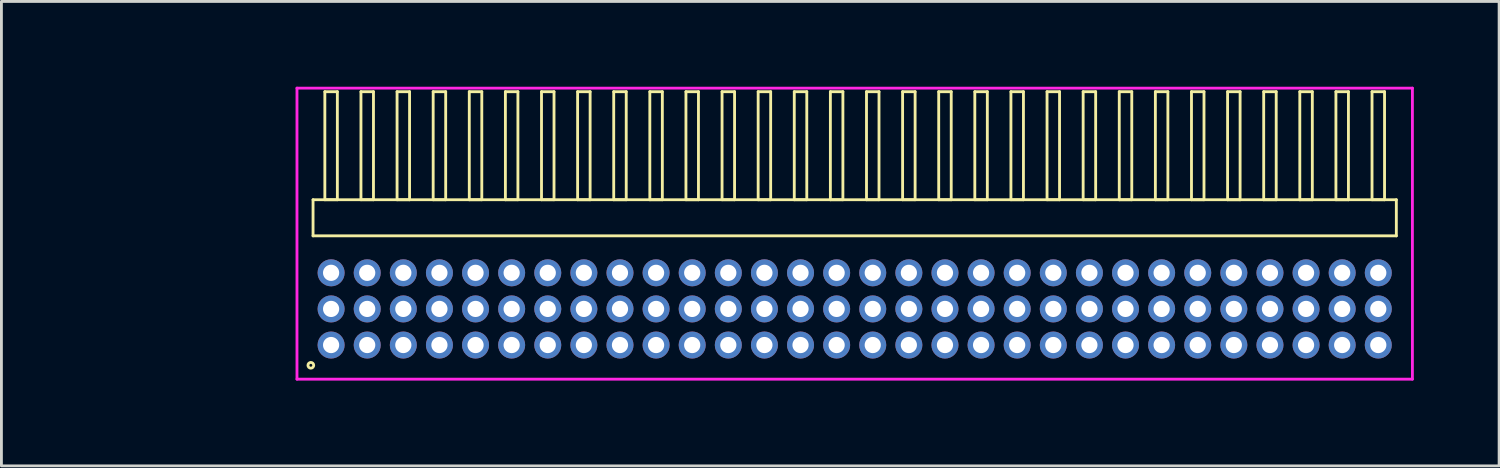
<source format=kicad_pcb>
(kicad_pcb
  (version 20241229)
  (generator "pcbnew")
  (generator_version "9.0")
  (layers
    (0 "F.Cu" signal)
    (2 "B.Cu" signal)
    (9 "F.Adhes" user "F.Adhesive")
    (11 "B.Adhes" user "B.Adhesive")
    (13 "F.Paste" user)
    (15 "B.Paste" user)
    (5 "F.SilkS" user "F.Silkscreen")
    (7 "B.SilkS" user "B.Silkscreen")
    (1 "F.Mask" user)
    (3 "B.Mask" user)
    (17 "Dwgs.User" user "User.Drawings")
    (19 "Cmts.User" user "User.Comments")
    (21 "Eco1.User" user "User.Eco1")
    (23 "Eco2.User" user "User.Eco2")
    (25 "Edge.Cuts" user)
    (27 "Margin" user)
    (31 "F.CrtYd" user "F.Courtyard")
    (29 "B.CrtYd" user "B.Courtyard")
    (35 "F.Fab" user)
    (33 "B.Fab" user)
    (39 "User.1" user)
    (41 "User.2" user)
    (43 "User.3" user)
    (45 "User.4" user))
  (footprint "HDR_RA127P30x3"
    (layer "F.Cu")
    (at 27.01 7.815)
    (property "Reference" "HDR_RA127P30x3" (at -20.365 0 0) (layer "User.1") (effects (font (size 1 1) (thickness 0.1))))
    (attr through_hole)
    (fp_line (start -19.05 -3.84) (end -19.05 -2.57) (stroke (width 0.1) (type solid)) (layer "F.SilkS"))
    (fp_line (start -19.05 -2.57) (end 19.05 -2.57) (stroke (width 0.1) (type solid)) (layer "F.SilkS"))
    (fp_line (start -18.635 -7.64) (end -18.635 -3.84) (stroke (width 0.1) (type solid)) (layer "F.SilkS"))
    (fp_line (start -18.635 -3.84) (end -18.195 -3.84) (stroke (width 0.1) (type solid)) (layer "F.SilkS"))
    (fp_line (start -18.195 -7.64) (end -18.635 -7.64) (stroke (width 0.1) (type solid)) (layer "F.SilkS"))
    (fp_line (start -18.195 -3.84) (end -18.195 -7.64) (stroke (width 0.1) (type solid)) (layer "F.SilkS"))
    (fp_line (start -17.365 -7.64) (end -17.365 -3.84) (stroke (width 0.1) (type solid)) (layer "F.SilkS"))
    (fp_line (start -17.365 -3.84) (end -16.925 -3.84) (stroke (width 0.1) (type solid)) (layer "F.SilkS"))
    (fp_line (start -16.925 -7.64) (end -17.365 -7.64) (stroke (width 0.1) (type solid)) (layer "F.SilkS"))
    (fp_line (start -16.925 -3.84) (end -16.925 -7.64) (stroke (width 0.1) (type solid)) (layer "F.SilkS"))
    (fp_line (start -16.095 -7.64) (end -16.095 -3.84) (stroke (width 0.1) (type solid)) (layer "F.SilkS"))
    (fp_line (start -16.095 -3.84) (end -15.655 -3.84) (stroke (width 0.1) (type solid)) (layer "F.SilkS"))
    (fp_line (start -15.655 -7.64) (end -16.095 -7.64) (stroke (width 0.1) (type solid)) (layer "F.SilkS"))
    (fp_line (start -15.655 -3.84) (end -15.655 -7.64) (stroke (width 0.1) (type solid)) (layer "F.SilkS"))
    (fp_line (start -14.825 -7.64) (end -14.825 -3.84) (stroke (width 0.1) (type solid)) (layer "F.SilkS"))
    (fp_line (start -14.825 -3.84) (end -14.385 -3.84) (stroke (width 0.1) (type solid)) (layer "F.SilkS"))
    (fp_line (start -14.385 -7.64) (end -14.825 -7.64) (stroke (width 0.1) (type solid)) (layer "F.SilkS"))
    (fp_line (start -14.385 -3.84) (end -14.385 -7.64) (stroke (width 0.1) (type solid)) (layer "F.SilkS"))
    (fp_line (start -13.555 -7.64) (end -13.555 -3.84) (stroke (width 0.1) (type solid)) (layer "F.SilkS"))
    (fp_line (start -13.555 -3.84) (end -13.115 -3.84) (stroke (width 0.1) (type solid)) (layer "F.SilkS"))
    (fp_line (start -13.115 -7.64) (end -13.555 -7.64) (stroke (width 0.1) (type solid)) (layer "F.SilkS"))
    (fp_line (start -13.115 -3.84) (end -13.115 -7.64) (stroke (width 0.1) (type solid)) (layer "F.SilkS"))
    (fp_line (start -12.285 -7.64) (end -12.285 -3.84) (stroke (width 0.1) (type solid)) (layer "F.SilkS"))
    (fp_line (start -12.285 -3.84) (end -11.845 -3.84) (stroke (width 0.1) (type solid)) (layer "F.SilkS"))
    (fp_line (start -11.845 -7.64) (end -12.285 -7.64) (stroke (width 0.1) (type solid)) (layer "F.SilkS"))
    (fp_line (start -11.845 -3.84) (end -11.845 -7.64) (stroke (width 0.1) (type solid)) (layer "F.SilkS"))
    (fp_line (start -11.015 -7.64) (end -11.015 -3.84) (stroke (width 0.1) (type solid)) (layer "F.SilkS"))
    (fp_line (start -11.015 -3.84) (end -10.575 -3.84) (stroke (width 0.1) (type solid)) (layer "F.SilkS"))
    (fp_line (start -10.575 -7.64) (end -11.015 -7.64) (stroke (width 0.1) (type solid)) (layer "F.SilkS"))
    (fp_line (start -10.575 -3.84) (end -10.575 -7.64) (stroke (width 0.1) (type solid)) (layer "F.SilkS"))
    (fp_line (start -9.745 -7.64) (end -9.745 -3.84) (stroke (width 0.1) (type solid)) (layer "F.SilkS"))
    (fp_line (start -9.745 -3.84) (end -9.305 -3.84) (stroke (width 0.1) (type solid)) (layer "F.SilkS"))
    (fp_line (start -9.305 -7.64) (end -9.745 -7.64) (stroke (width 0.1) (type solid)) (layer "F.SilkS"))
    (fp_line (start -9.305 -3.84) (end -9.305 -7.64) (stroke (width 0.1) (type solid)) (layer "F.SilkS"))
    (fp_line (start -8.475 -7.64) (end -8.475 -3.84) (stroke (width 0.1) (type solid)) (layer "F.SilkS"))
    (fp_line (start -8.475 -3.84) (end -8.035 -3.84) (stroke (width 0.1) (type solid)) (layer "F.SilkS"))
    (fp_line (start -8.035 -7.64) (end -8.475 -7.64) (stroke (width 0.1) (type solid)) (layer "F.SilkS"))
    (fp_line (start -8.035 -3.84) (end -8.035 -7.64) (stroke (width 0.1) (type solid)) (layer "F.SilkS"))
    (fp_line (start -7.205 -7.64) (end -7.205 -3.84) (stroke (width 0.1) (type solid)) (layer "F.SilkS"))
    (fp_line (start -7.205 -3.84) (end -6.765 -3.84) (stroke (width 0.1) (type solid)) (layer "F.SilkS"))
    (fp_line (start -6.765 -7.64) (end -7.205 -7.64) (stroke (width 0.1) (type solid)) (layer "F.SilkS"))
    (fp_line (start -6.765 -3.84) (end -6.765 -7.64) (stroke (width 0.1) (type solid)) (layer "F.SilkS"))
    (fp_line (start -5.935 -7.64) (end -5.935 -3.84) (stroke (width 0.1) (type solid)) (layer "F.SilkS"))
    (fp_line (start -5.935 -3.84) (end -5.495 -3.84) (stroke (width 0.1) (type solid)) (layer "F.SilkS"))
    (fp_line (start -5.495 -7.64) (end -5.935 -7.64) (stroke (width 0.1) (type solid)) (layer "F.SilkS"))
    (fp_line (start -5.495 -3.84) (end -5.495 -7.64) (stroke (width 0.1) (type solid)) (layer "F.SilkS"))
    (fp_line (start -4.665 -7.64) (end -4.665 -3.84) (stroke (width 0.1) (type solid)) (layer "F.SilkS"))
    (fp_line (start -4.665 -3.84) (end -4.225 -3.84) (stroke (width 0.1) (type solid)) (layer "F.SilkS"))
    (fp_line (start -4.225 -7.64) (end -4.665 -7.64) (stroke (width 0.1) (type solid)) (layer "F.SilkS"))
    (fp_line (start -4.225 -3.84) (end -4.225 -7.64) (stroke (width 0.1) (type solid)) (layer "F.SilkS"))
    (fp_line (start -3.395 -7.64) (end -3.395 -3.84) (stroke (width 0.1) (type solid)) (layer "F.SilkS"))
    (fp_line (start -3.395 -3.84) (end -2.955 -3.84) (stroke (width 0.1) (type solid)) (layer "F.SilkS"))
    (fp_line (start -2.955 -7.64) (end -3.395 -7.64) (stroke (width 0.1) (type solid)) (layer "F.SilkS"))
    (fp_line (start -2.955 -3.84) (end -2.955 -7.64) (stroke (width 0.1) (type solid)) (layer "F.SilkS"))
    (fp_line (start -2.125 -7.64) (end -2.125 -3.84) (stroke (width 0.1) (type solid)) (layer "F.SilkS"))
    (fp_line (start -2.125 -3.84) (end -1.685 -3.84) (stroke (width 0.1) (type solid)) (layer "F.SilkS"))
    (fp_line (start -1.685 -7.64) (end -2.125 -7.64) (stroke (width 0.1) (type solid)) (layer "F.SilkS"))
    (fp_line (start -1.685 -3.84) (end -1.685 -7.64) (stroke (width 0.1) (type solid)) (layer "F.SilkS"))
    (fp_line (start -0.855 -7.64) (end -0.855 -3.84) (stroke (width 0.1) (type solid)) (layer "F.SilkS"))
    (fp_line (start -0.855 -3.84) (end -0.415 -3.84) (stroke (width 0.1) (type solid)) (layer "F.SilkS"))
    (fp_line (start -0.415 -7.64) (end -0.855 -7.64) (stroke (width 0.1) (type solid)) (layer "F.SilkS"))
    (fp_line (start -0.415 -3.84) (end -0.415 -7.64) (stroke (width 0.1) (type solid)) (layer "F.SilkS"))
    (fp_line (start 0.415 -7.64) (end 0.415 -3.84) (stroke (width 0.1) (type solid)) (layer "F.SilkS"))
    (fp_line (start 0.415 -3.84) (end 0.855 -3.84) (stroke (width 0.1) (type solid)) (layer "F.SilkS"))
    (fp_line (start 0.855 -7.64) (end 0.415 -7.64) (stroke (width 0.1) (type solid)) (layer "F.SilkS"))
    (fp_line (start 0.855 -3.84) (end 0.855 -7.64) (stroke (width 0.1) (type solid)) (layer "F.SilkS"))
    (fp_line (start 1.685 -7.64) (end 1.685 -3.84) (stroke (width 0.1) (type solid)) (layer "F.SilkS"))
    (fp_line (start 1.685 -3.84) (end 2.125 -3.84) (stroke (width 0.1) (type solid)) (layer "F.SilkS"))
    (fp_line (start 2.125 -7.64) (end 1.685 -7.64) (stroke (width 0.1) (type solid)) (layer "F.SilkS"))
    (fp_line (start 2.125 -3.84) (end 2.125 -7.64) (stroke (width 0.1) (type solid)) (layer "F.SilkS"))
    (fp_line (start 2.955 -7.64) (end 2.955 -3.84) (stroke (width 0.1) (type solid)) (layer "F.SilkS"))
    (fp_line (start 2.955 -3.84) (end 3.395 -3.84) (stroke (width 0.1) (type solid)) (layer "F.SilkS"))
    (fp_line (start 3.395 -7.64) (end 2.955 -7.64) (stroke (width 0.1) (type solid)) (layer "F.SilkS"))
    (fp_line (start 3.395 -3.84) (end 3.395 -7.64) (stroke (width 0.1) (type solid)) (layer "F.SilkS"))
    (fp_line (start 4.225 -7.64) (end 4.225 -3.84) (stroke (width 0.1) (type solid)) (layer "F.SilkS"))
    (fp_line (start 4.225 -3.84) (end 4.665 -3.84) (stroke (width 0.1) (type solid)) (layer "F.SilkS"))
    (fp_line (start 4.665 -7.64) (end 4.225 -7.64) (stroke (width 0.1) (type solid)) (layer "F.SilkS"))
    (fp_line (start 4.665 -3.84) (end 4.665 -7.64) (stroke (width 0.1) (type solid)) (layer "F.SilkS"))
    (fp_line (start 5.495 -7.64) (end 5.495 -3.84) (stroke (width 0.1) (type solid)) (layer "F.SilkS"))
    (fp_line (start 5.495 -3.84) (end 5.935 -3.84) (stroke (width 0.1) (type solid)) (layer "F.SilkS"))
    (fp_line (start 5.935 -7.64) (end 5.495 -7.64) (stroke (width 0.1) (type solid)) (layer "F.SilkS"))
    (fp_line (start 5.935 -3.84) (end 5.935 -7.64) (stroke (width 0.1) (type solid)) (layer "F.SilkS"))
    (fp_line (start 6.765 -7.64) (end 6.765 -3.84) (stroke (width 0.1) (type solid)) (layer "F.SilkS"))
    (fp_line (start 6.765 -3.84) (end 7.205 -3.84) (stroke (width 0.1) (type solid)) (layer "F.SilkS"))
    (fp_line (start 7.205 -7.64) (end 6.765 -7.64) (stroke (width 0.1) (type solid)) (layer "F.SilkS"))
    (fp_line (start 7.205 -3.84) (end 7.205 -7.64) (stroke (width 0.1) (type solid)) (layer "F.SilkS"))
    (fp_line (start 8.035 -7.64) (end 8.035 -3.84) (stroke (width 0.1) (type solid)) (layer "F.SilkS"))
    (fp_line (start 8.035 -3.84) (end 8.475 -3.84) (stroke (width 0.1) (type solid)) (layer "F.SilkS"))
    (fp_line (start 8.475 -7.64) (end 8.035 -7.64) (stroke (width 0.1) (type solid)) (layer "F.SilkS"))
    (fp_line (start 8.475 -3.84) (end 8.475 -7.64) (stroke (width 0.1) (type solid)) (layer "F.SilkS"))
    (fp_line (start 9.305 -7.64) (end 9.305 -3.84) (stroke (width 0.1) (type solid)) (layer "F.SilkS"))
    (fp_line (start 9.305 -3.84) (end 9.745 -3.84) (stroke (width 0.1) (type solid)) (layer "F.SilkS"))
    (fp_line (start 9.745 -7.64) (end 9.305 -7.64) (stroke (width 0.1) (type solid)) (layer "F.SilkS"))
    (fp_line (start 9.745 -3.84) (end 9.745 -7.64) (stroke (width 0.1) (type solid)) (layer "F.SilkS"))
    (fp_line (start 10.575 -7.64) (end 10.575 -3.84) (stroke (width 0.1) (type solid)) (layer "F.SilkS"))
    (fp_line (start 10.575 -3.84) (end 11.015 -3.84) (stroke (width 0.1) (type solid)) (layer "F.SilkS"))
    (fp_line (start 11.015 -7.64) (end 10.575 -7.64) (stroke (width 0.1) (type solid)) (layer "F.SilkS"))
    (fp_line (start 11.015 -3.84) (end 11.015 -7.64) (stroke (width 0.1) (type solid)) (layer "F.SilkS"))
    (fp_line (start 11.845 -7.64) (end 11.845 -3.84) (stroke (width 0.1) (type solid)) (layer "F.SilkS"))
    (fp_line (start 11.845 -3.84) (end 12.285 -3.84) (stroke (width 0.1) (type solid)) (layer "F.SilkS"))
    (fp_line (start 12.285 -7.64) (end 11.845 -7.64) (stroke (width 0.1) (type solid)) (layer "F.SilkS"))
    (fp_line (start 12.285 -3.84) (end 12.285 -7.64) (stroke (width 0.1) (type solid)) (layer "F.SilkS"))
    (fp_line (start 13.115 -7.64) (end 13.115 -3.84) (stroke (width 0.1) (type solid)) (layer "F.SilkS"))
    (fp_line (start 13.115 -3.84) (end 13.555 -3.84) (stroke (width 0.1) (type solid)) (layer "F.SilkS"))
    (fp_line (start 13.555 -7.64) (end 13.115 -7.64) (stroke (width 0.1) (type solid)) (layer "F.SilkS"))
    (fp_line (start 13.555 -3.84) (end 13.555 -7.64) (stroke (width 0.1) (type solid)) (layer "F.SilkS"))
    (fp_line (start 14.385 -7.64) (end 14.385 -3.84) (stroke (width 0.1) (type solid)) (layer "F.SilkS"))
    (fp_line (start 14.385 -3.84) (end 14.825 -3.84) (stroke (width 0.1) (type solid)) (layer "F.SilkS"))
    (fp_line (start 14.825 -7.64) (end 14.385 -7.64) (stroke (width 0.1) (type solid)) (layer "F.SilkS"))
    (fp_line (start 14.825 -3.84) (end 14.825 -7.64) (stroke (width 0.1) (type solid)) (layer "F.SilkS"))
    (fp_line (start 15.655 -7.64) (end 15.655 -3.84) (stroke (width 0.1) (type solid)) (layer "F.SilkS"))
    (fp_line (start 15.655 -3.84) (end 16.095 -3.84) (stroke (width 0.1) (type solid)) (layer "F.SilkS"))
    (fp_line (start 16.095 -7.64) (end 15.655 -7.64) (stroke (width 0.1) (type solid)) (layer "F.SilkS"))
    (fp_line (start 16.095 -3.84) (end 16.095 -7.64) (stroke (width 0.1) (type solid)) (layer "F.SilkS"))
    (fp_line (start 16.925 -7.64) (end 16.925 -3.84) (stroke (width 0.1) (type solid)) (layer "F.SilkS"))
    (fp_line (start 16.925 -3.84) (end 17.365 -3.84) (stroke (width 0.1) (type solid)) (layer "F.SilkS"))
    (fp_line (start 17.365 -7.64) (end 16.925 -7.64) (stroke (width 0.1) (type solid)) (layer "F.SilkS"))
    (fp_line (start 17.365 -3.84) (end 17.365 -7.64) (stroke (width 0.1) (type solid)) (layer "F.SilkS"))
    (fp_line (start 18.195 -7.64) (end 18.195 -3.84) (stroke (width 0.1) (type solid)) (layer "F.SilkS"))
    (fp_line (start 18.195 -3.84) (end 18.635 -3.84) (stroke (width 0.1) (type solid)) (layer "F.SilkS"))
    (fp_line (start 18.635 -7.64) (end 18.195 -7.64) (stroke (width 0.1) (type solid)) (layer "F.SilkS"))
    (fp_line (start 18.635 -3.84) (end 18.635 -7.64) (stroke (width 0.1) (type solid)) (layer "F.SilkS"))
    (fp_line (start 19.05 -3.84) (end -19.05 -3.84) (stroke (width 0.1) (type solid)) (layer "F.SilkS"))
    (fp_line (start 19.05 -2.57) (end 19.05 -3.84) (stroke (width 0.1) (type solid)) (layer "F.SilkS"))
    (fp_circle (center -19.128 1.983) (end -19.027 1.983) (stroke (width 0.1) (type solid)) (fill no) (layer "F.SilkS"))
    (fp_line (start -19.615 -7.765) (end -19.615 2.47) (stroke (width 0.1) (type solid)) (layer "F.CrtYd"))
    (fp_line (start -19.615 2.47) (end 19.615 2.47) (stroke (width 0.1) (type solid)) (layer "F.CrtYd"))
    (fp_line (start 19.615 -7.765) (end -19.615 -7.765) (stroke (width 0.1) (type solid)) (layer "F.CrtYd"))
    (fp_line (start 19.615 2.47) (end 19.615 -7.765) (stroke (width 0.1) (type solid)) (layer "F.CrtYd"))
    (pad "1" thru_hole oval (at -18.415 1.27) (size 0.95 0.95) (drill 0.57) (layers "*.Cu" "*.Mask"))
    (pad "2" thru_hole oval (at -18.415 0) (size 0.95 0.95) (drill 0.57) (layers "*.Cu" "*.Mask"))
    (pad "3" thru_hole oval (at -18.415 -1.27) (size 0.95 0.95) (drill 0.57) (layers "*.Cu" "*.Mask"))
    (pad "4" thru_hole oval (at -17.145 1.27) (size 0.95 0.95) (drill 0.57) (layers "*.Cu" "*.Mask"))
    (pad "5" thru_hole oval (at -17.145 0) (size 0.95 0.95) (drill 0.57) (layers "*.Cu" "*.Mask"))
    (pad "6" thru_hole oval (at -17.145 -1.27) (size 0.95 0.95) (drill 0.57) (layers "*.Cu" "*.Mask"))
    (pad "7" thru_hole oval (at -15.875 1.27) (size 0.95 0.95) (drill 0.57) (layers "*.Cu" "*.Mask"))
    (pad "8" thru_hole oval (at -15.875 0) (size 0.95 0.95) (drill 0.57) (layers "*.Cu" "*.Mask"))
    (pad "9" thru_hole oval (at -15.875 -1.27) (size 0.95 0.95) (drill 0.57) (layers "*.Cu" "*.Mask"))
    (pad "10" thru_hole oval (at -14.605 1.27) (size 0.95 0.95) (drill 0.57) (layers "*.Cu" "*.Mask"))
    (pad "11" thru_hole oval (at -14.605 0) (size 0.95 0.95) (drill 0.57) (layers "*.Cu" "*.Mask"))
    (pad "12" thru_hole oval (at -14.605 -1.27) (size 0.95 0.95) (drill 0.57) (layers "*.Cu" "*.Mask"))
    (pad "13" thru_hole oval (at -13.335 1.27) (size 0.95 0.95) (drill 0.57) (layers "*.Cu" "*.Mask"))
    (pad "14" thru_hole oval (at -13.335 0) (size 0.95 0.95) (drill 0.57) (layers "*.Cu" "*.Mask"))
    (pad "15" thru_hole oval (at -13.335 -1.27) (size 0.95 0.95) (drill 0.57) (layers "*.Cu" "*.Mask"))
    (pad "16" thru_hole oval (at -12.065 1.27) (size 0.95 0.95) (drill 0.57) (layers "*.Cu" "*.Mask"))
    (pad "17" thru_hole oval (at -12.065 0) (size 0.95 0.95) (drill 0.57) (layers "*.Cu" "*.Mask"))
    (pad "18" thru_hole oval (at -12.065 -1.27) (size 0.95 0.95) (drill 0.57) (layers "*.Cu" "*.Mask"))
    (pad "19" thru_hole oval (at -10.795 1.27) (size 0.95 0.95) (drill 0.57) (layers "*.Cu" "*.Mask"))
    (pad "20" thru_hole oval (at -10.795 0) (size 0.95 0.95) (drill 0.57) (layers "*.Cu" "*.Mask"))
    (pad "21" thru_hole oval (at -10.795 -1.27) (size 0.95 0.95) (drill 0.57) (layers "*.Cu" "*.Mask"))
    (pad "22" thru_hole oval (at -9.525 1.27) (size 0.95 0.95) (drill 0.57) (layers "*.Cu" "*.Mask"))
    (pad "23" thru_hole oval (at -9.525 0) (size 0.95 0.95) (drill 0.57) (layers "*.Cu" "*.Mask"))
    (pad "24" thru_hole oval (at -9.525 -1.27) (size 0.95 0.95) (drill 0.57) (layers "*.Cu" "*.Mask"))
    (pad "25" thru_hole oval (at -8.255 1.27) (size 0.95 0.95) (drill 0.57) (layers "*.Cu" "*.Mask"))
    (pad "26" thru_hole oval (at -8.255 0) (size 0.95 0.95) (drill 0.57) (layers "*.Cu" "*.Mask"))
    (pad "27" thru_hole oval (at -8.255 -1.27) (size 0.95 0.95) (drill 0.57) (layers "*.Cu" "*.Mask"))
    (pad "28" thru_hole oval (at -6.985 1.27) (size 0.95 0.95) (drill 0.57) (layers "*.Cu" "*.Mask"))
    (pad "29" thru_hole oval (at -6.985 0) (size 0.95 0.95) (drill 0.57) (layers "*.Cu" "*.Mask"))
    (pad "30" thru_hole oval (at -6.985 -1.27) (size 0.95 0.95) (drill 0.57) (layers "*.Cu" "*.Mask"))
    (pad "31" thru_hole oval (at -5.715 1.27) (size 0.95 0.95) (drill 0.57) (layers "*.Cu" "*.Mask"))
    (pad "32" thru_hole oval (at -5.715 0) (size 0.95 0.95) (drill 0.57) (layers "*.Cu" "*.Mask"))
    (pad "33" thru_hole oval (at -5.715 -1.27) (size 0.95 0.95) (drill 0.57) (layers "*.Cu" "*.Mask"))
    (pad "34" thru_hole oval (at -4.445 1.27) (size 0.95 0.95) (drill 0.57) (layers "*.Cu" "*.Mask"))
    (pad "35" thru_hole oval (at -4.445 0) (size 0.95 0.95) (drill 0.57) (layers "*.Cu" "*.Mask"))
    (pad "36" thru_hole oval (at -4.445 -1.27) (size 0.95 0.95) (drill 0.57) (layers "*.Cu" "*.Mask"))
    (pad "37" thru_hole oval (at -3.175 1.27) (size 0.95 0.95) (drill 0.57) (layers "*.Cu" "*.Mask"))
    (pad "38" thru_hole oval (at -3.175 0) (size 0.95 0.95) (drill 0.57) (layers "*.Cu" "*.Mask"))
    (pad "39" thru_hole oval (at -3.175 -1.27) (size 0.95 0.95) (drill 0.57) (layers "*.Cu" "*.Mask"))
    (pad "40" thru_hole oval (at -1.905 1.27) (size 0.95 0.95) (drill 0.57) (layers "*.Cu" "*.Mask"))
    (pad "41" thru_hole oval (at -1.905 0) (size 0.95 0.95) (drill 0.57) (layers "*.Cu" "*.Mask"))
    (pad "42" thru_hole oval (at -1.905 -1.27) (size 0.95 0.95) (drill 0.57) (layers "*.Cu" "*.Mask"))
    (pad "43" thru_hole oval (at -0.635 1.27) (size 0.95 0.95) (drill 0.57) (layers "*.Cu" "*.Mask"))
    (pad "44" thru_hole oval (at -0.635 0) (size 0.95 0.95) (drill 0.57) (layers "*.Cu" "*.Mask"))
    (pad "45" thru_hole oval (at -0.635 -1.27) (size 0.95 0.95) (drill 0.57) (layers "*.Cu" "*.Mask"))
    (pad "46" thru_hole oval (at 0.635 1.27) (size 0.95 0.95) (drill 0.57) (layers "*.Cu" "*.Mask"))
    (pad "47" thru_hole oval (at 0.635 0) (size 0.95 0.95) (drill 0.57) (layers "*.Cu" "*.Mask"))
    (pad "48" thru_hole oval (at 0.635 -1.27) (size 0.95 0.95) (drill 0.57) (layers "*.Cu" "*.Mask"))
    (pad "49" thru_hole oval (at 1.905 1.27) (size 0.95 0.95) (drill 0.57) (layers "*.Cu" "*.Mask"))
    (pad "50" thru_hole oval (at 1.905 0) (size 0.95 0.95) (drill 0.57) (layers "*.Cu" "*.Mask"))
    (pad "51" thru_hole oval (at 1.905 -1.27) (size 0.95 0.95) (drill 0.57) (layers "*.Cu" "*.Mask"))
    (pad "52" thru_hole oval (at 3.175 1.27) (size 0.95 0.95) (drill 0.57) (layers "*.Cu" "*.Mask"))
    (pad "53" thru_hole oval (at 3.175 0) (size 0.95 0.95) (drill 0.57) (layers "*.Cu" "*.Mask"))
    (pad "54" thru_hole oval (at 3.175 -1.27) (size 0.95 0.95) (drill 0.57) (layers "*.Cu" "*.Mask"))
    (pad "55" thru_hole oval (at 4.445 1.27) (size 0.95 0.95) (drill 0.57) (layers "*.Cu" "*.Mask"))
    (pad "56" thru_hole oval (at 4.445 0) (size 0.95 0.95) (drill 0.57) (layers "*.Cu" "*.Mask"))
    (pad "57" thru_hole oval (at 4.445 -1.27) (size 0.95 0.95) (drill 0.57) (layers "*.Cu" "*.Mask"))
    (pad "58" thru_hole oval (at 5.715 1.27) (size 0.95 0.95) (drill 0.57) (layers "*.Cu" "*.Mask"))
    (pad "59" thru_hole oval (at 5.715 0) (size 0.95 0.95) (drill 0.57) (layers "*.Cu" "*.Mask"))
    (pad "60" thru_hole oval (at 5.715 -1.27) (size 0.95 0.95) (drill 0.57) (layers "*.Cu" "*.Mask"))
    (pad "61" thru_hole oval (at 6.985 1.27) (size 0.95 0.95) (drill 0.57) (layers "*.Cu" "*.Mask"))
    (pad "62" thru_hole oval (at 6.985 0) (size 0.95 0.95) (drill 0.57) (layers "*.Cu" "*.Mask"))
    (pad "63" thru_hole oval (at 6.985 -1.27) (size 0.95 0.95) (drill 0.57) (layers "*.Cu" "*.Mask"))
    (pad "64" thru_hole oval (at 8.255 1.27) (size 0.95 0.95) (drill 0.57) (layers "*.Cu" "*.Mask"))
    (pad "65" thru_hole oval (at 8.255 0) (size 0.95 0.95) (drill 0.57) (layers "*.Cu" "*.Mask"))
    (pad "66" thru_hole oval (at 8.255 -1.27) (size 0.95 0.95) (drill 0.57) (layers "*.Cu" "*.Mask"))
    (pad "67" thru_hole oval (at 9.525 1.27) (size 0.95 0.95) (drill 0.57) (layers "*.Cu" "*.Mask"))
    (pad "68" thru_hole oval (at 9.525 0) (size 0.95 0.95) (drill 0.57) (layers "*.Cu" "*.Mask"))
    (pad "69" thru_hole oval (at 9.525 -1.27) (size 0.95 0.95) (drill 0.57) (layers "*.Cu" "*.Mask"))
    (pad "70" thru_hole oval (at 10.795 1.27) (size 0.95 0.95) (drill 0.57) (layers "*.Cu" "*.Mask"))
    (pad "71" thru_hole oval (at 10.795 0) (size 0.95 0.95) (drill 0.57) (layers "*.Cu" "*.Mask"))
    (pad "72" thru_hole oval (at 10.795 -1.27) (size 0.95 0.95) (drill 0.57) (layers "*.Cu" "*.Mask"))
    (pad "73" thru_hole oval (at 12.065 1.27) (size 0.95 0.95) (drill 0.57) (layers "*.Cu" "*.Mask"))
    (pad "74" thru_hole oval (at 12.065 0) (size 0.95 0.95) (drill 0.57) (layers "*.Cu" "*.Mask"))
    (pad "75" thru_hole oval (at 12.065 -1.27) (size 0.95 0.95) (drill 0.57) (layers "*.Cu" "*.Mask"))
    (pad "76" thru_hole oval (at 13.335 1.27) (size 0.95 0.95) (drill 0.57) (layers "*.Cu" "*.Mask"))
    (pad "77" thru_hole oval (at 13.335 0) (size 0.95 0.95) (drill 0.57) (layers "*.Cu" "*.Mask"))
    (pad "78" thru_hole oval (at 13.335 -1.27) (size 0.95 0.95) (drill 0.57) (layers "*.Cu" "*.Mask"))
    (pad "79" thru_hole oval (at 14.605 1.27) (size 0.95 0.95) (drill 0.57) (layers "*.Cu" "*.Mask"))
    (pad "80" thru_hole oval (at 14.605 0) (size 0.95 0.95) (drill 0.57) (layers "*.Cu" "*.Mask"))
    (pad "81" thru_hole oval (at 14.605 -1.27) (size 0.95 0.95) (drill 0.57) (layers "*.Cu" "*.Mask"))
    (pad "82" thru_hole oval (at 15.875 1.27) (size 0.95 0.95) (drill 0.57) (layers "*.Cu" "*.Mask"))
    (pad "83" thru_hole oval (at 15.875 0) (size 0.95 0.95) (drill 0.57) (layers "*.Cu" "*.Mask"))
    (pad "84" thru_hole oval (at 15.875 -1.27) (size 0.95 0.95) (drill 0.57) (layers "*.Cu" "*.Mask"))
    (pad "85" thru_hole oval (at 17.145 1.27) (size 0.95 0.95) (drill 0.57) (layers "*.Cu" "*.Mask"))
    (pad "86" thru_hole oval (at 17.145 0) (size 0.95 0.95) (drill 0.57) (layers "*.Cu" "*.Mask"))
    (pad "87" thru_hole oval (at 17.145 -1.27) (size 0.95 0.95) (drill 0.57) (layers "*.Cu" "*.Mask"))
    (pad "88" thru_hole oval (at 18.415 1.27) (size 0.95 0.95) (drill 0.57) (layers "*.Cu" "*.Mask"))
    (pad "89" thru_hole oval (at 18.415 0) (size 0.95 0.95) (drill 0.57) (layers "*.Cu" "*.Mask"))
    (pad "90" thru_hole oval (at 18.415 -1.27) (size 0.95 0.95) (drill 0.57) (layers "*.Cu" "*.Mask")))
  (gr_rect
    (start -3 -3)
    (end 49.675 13.335)
    (stroke (width 0.1) (type default))
    (fill no)
    (layer "Edge.Cuts")))
</source>
